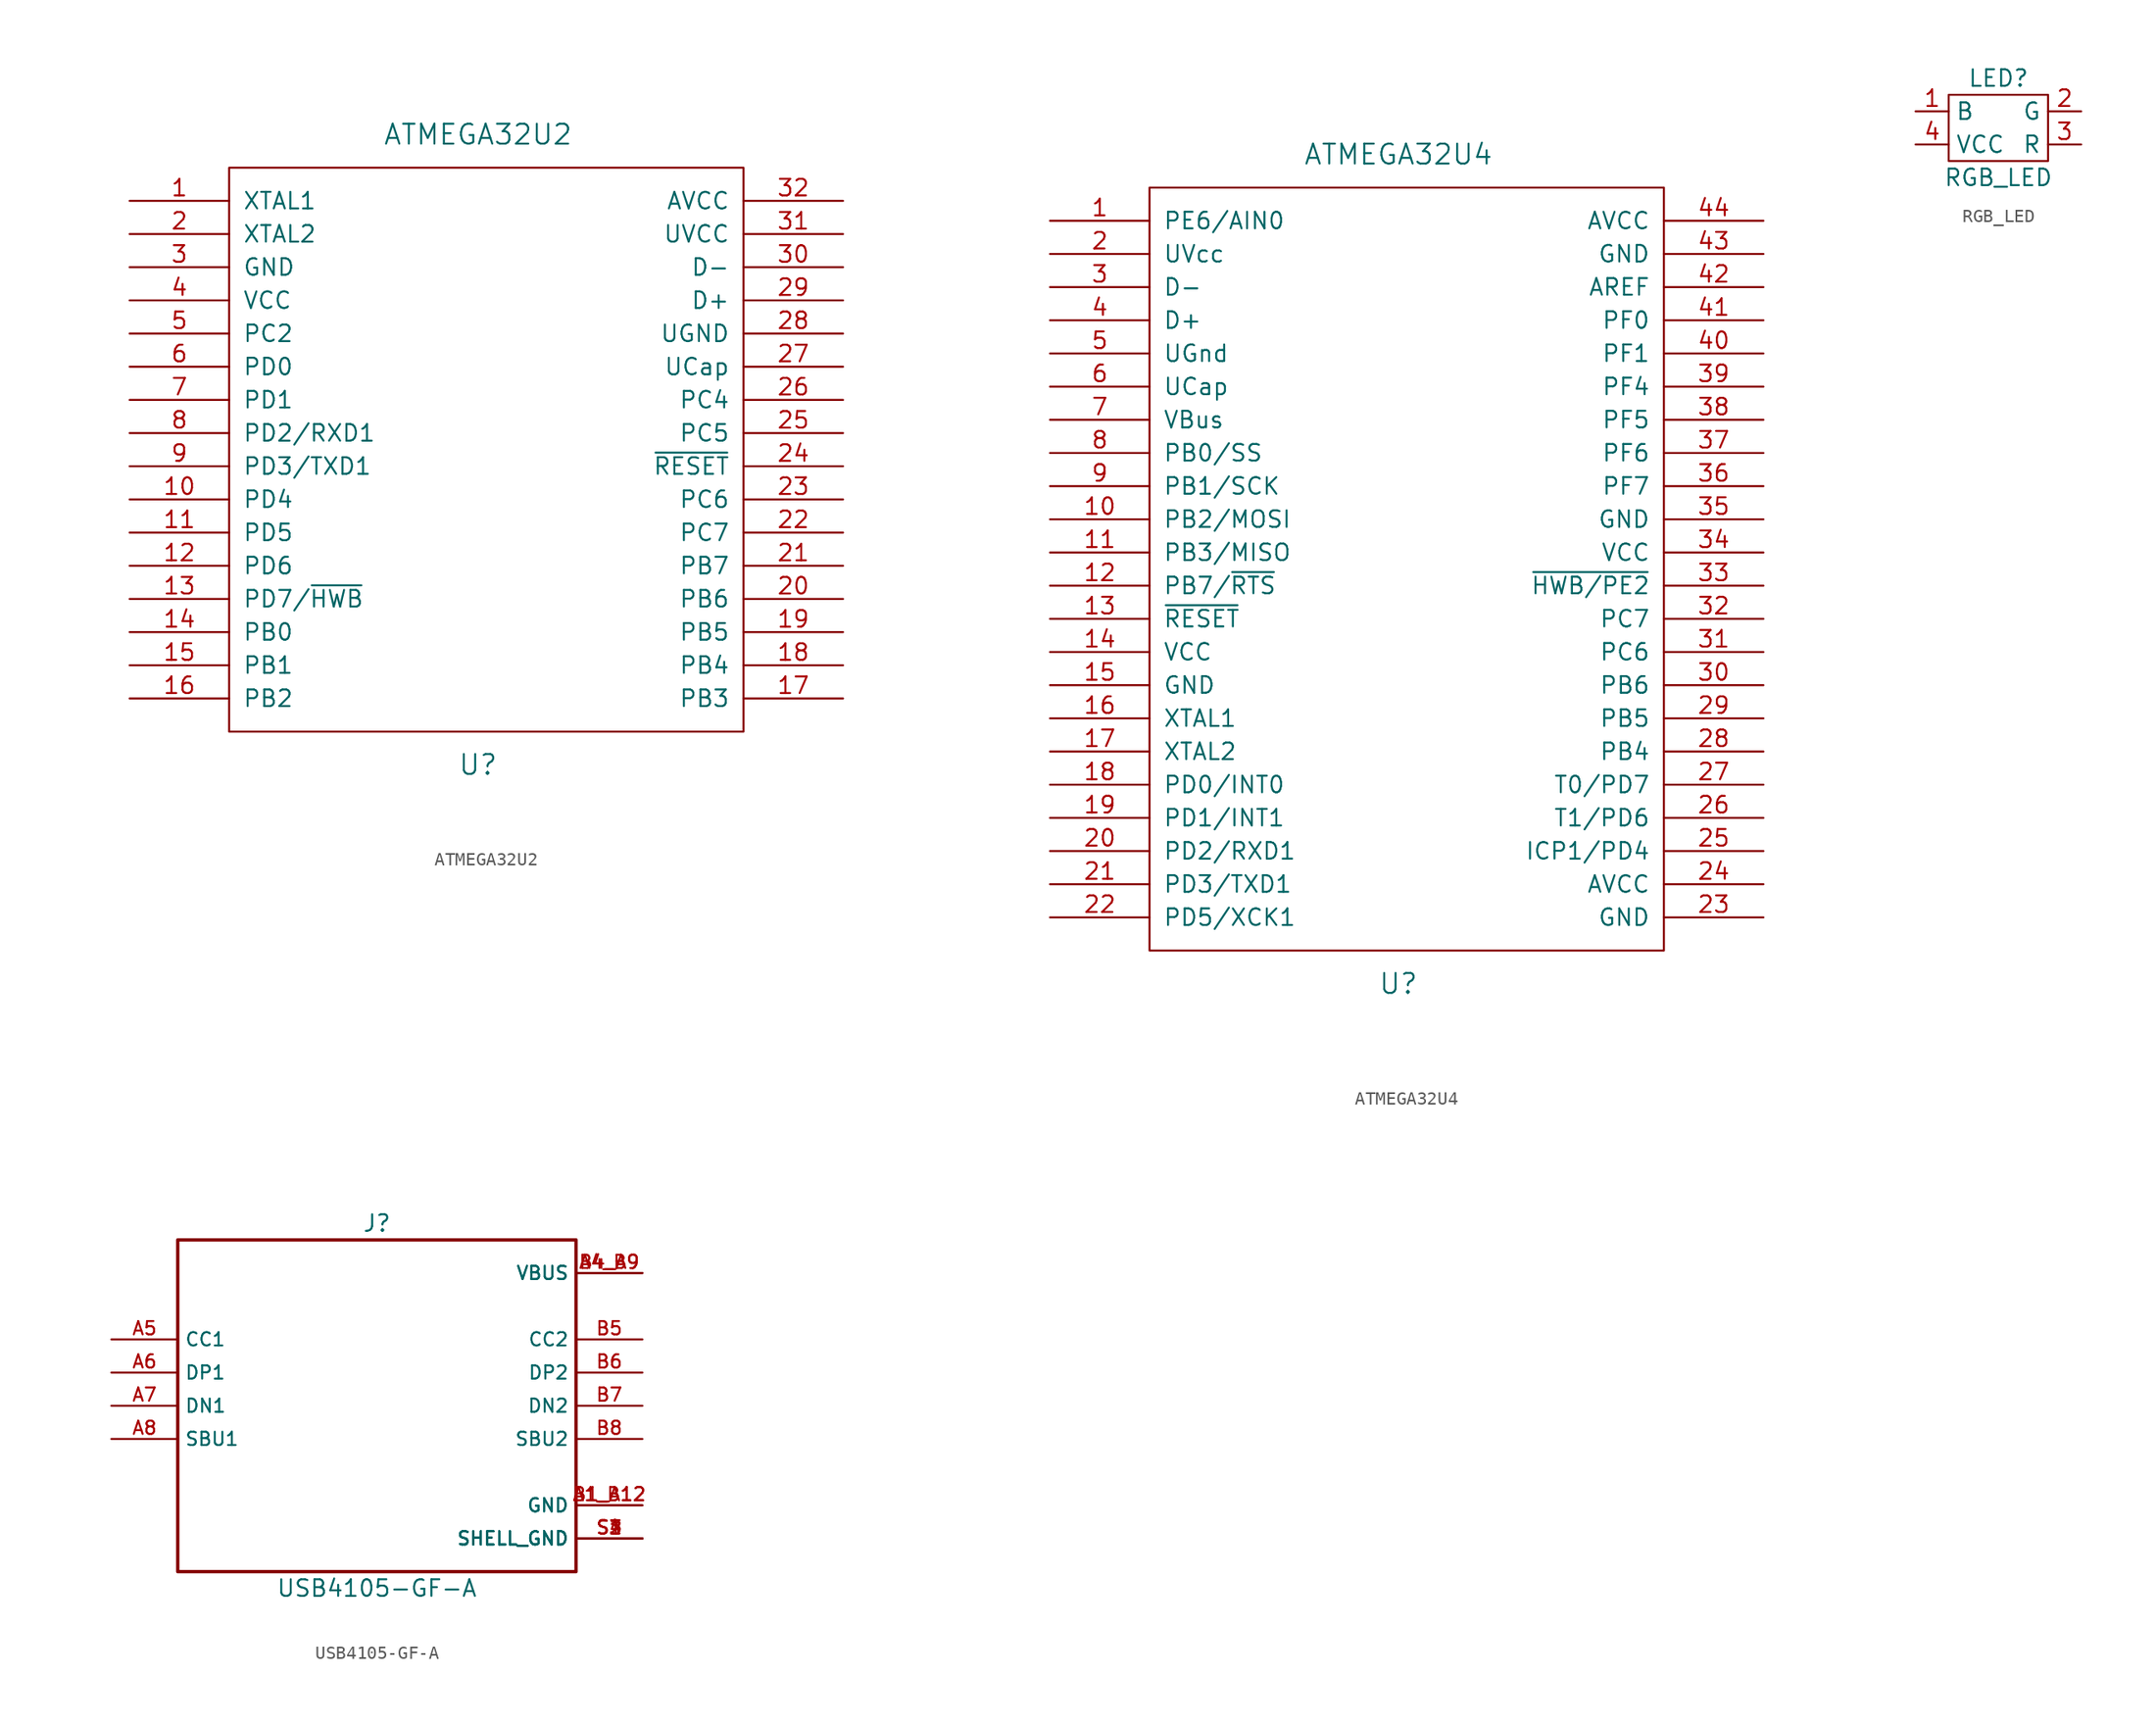
<source format=kicad_sym>
(kicad_symbol_lib
  (version 20211014)
  (generator kicad_symbol_editor)
  (symbol "ATMEGA32U2"
    (pin_names
      (offset 1.016))
    (property "Reference" "U"
      (at 0 -24.13 0)
      (effects (font (size 1.524 1.524))))
    (property "Value" "ATMEGA32U2"
      (at 0 24.13 0)
      (effects (font (size 1.524 1.524))))
    (property "Footprint" ""
      (at 0 -7.62 0)
      (effects (font (size 1.524 1.524))))
    (property "Datasheet" ""
      (at 0 -7.62 0)
      (effects (font (size 1.524 1.524))))
    (symbol "ATMEGA32U2_0_1"
      (rectangle (start -19.05 21.59) (end 20.32 -21.59) (stroke (width 0) (type default) (color 0 0 0 0)) (fill (type none))))
    (symbol "ATMEGA32U2_1_1"
      (pin input line (at -26.67 19.05 0) (length 7.62) (name "XTAL1" (effects (font (size 1.27 1.27)))) (number "1" (effects (font (size 1.27 1.27)))))
      (pin bidirectional line (at -26.67 -3.81 0) (length 7.62) (name "PD4" (effects (font (size 1.27 1.27)))) (number "10" (effects (font (size 1.27 1.27)))))
      (pin bidirectional line (at -26.67 -6.35 0) (length 7.62) (name "PD5" (effects (font (size 1.27 1.27)))) (number "11" (effects (font (size 1.27 1.27)))))
      (pin bidirectional line (at -26.67 -8.89 0) (length 7.62) (name "PD6" (effects (font (size 1.27 1.27)))) (number "12" (effects (font (size 1.27 1.27)))))
      (pin input line (at -26.67 -11.43 0) (length 7.62) (name "PD7/~{HWB}" (effects (font (size 1.27 1.27)))) (number "13" (effects (font (size 1.27 1.27)))))
      (pin bidirectional line (at -26.67 -13.97 0) (length 7.62) (name "PB0" (effects (font (size 1.27 1.27)))) (number "14" (effects (font (size 1.27 1.27)))))
      (pin bidirectional line (at -26.67 -16.51 0) (length 7.62) (name "PB1" (effects (font (size 1.27 1.27)))) (number "15" (effects (font (size 1.27 1.27)))))
      (pin bidirectional line (at -26.67 -19.05 0) (length 7.62) (name "PB2" (effects (font (size 1.27 1.27)))) (number "16" (effects (font (size 1.27 1.27)))))
      (pin bidirectional line (at 27.94 -19.05 180) (length 7.62) (name "PB3" (effects (font (size 1.27 1.27)))) (number "17" (effects (font (size 1.27 1.27)))))
      (pin bidirectional line (at 27.94 -16.51 180) (length 7.62) (name "PB4" (effects (font (size 1.27 1.27)))) (number "18" (effects (font (size 1.27 1.27)))))
      (pin bidirectional line (at 27.94 -13.97 180) (length 7.62) (name "PB5" (effects (font (size 1.27 1.27)))) (number "19" (effects (font (size 1.27 1.27)))))
      (pin output line (at -26.67 16.51 0) (length 7.62) (name "XTAL2" (effects (font (size 1.27 1.27)))) (number "2" (effects (font (size 1.27 1.27)))))
      (pin bidirectional line (at 27.94 -11.43 180) (length 7.62) (name "PB6" (effects (font (size 1.27 1.27)))) (number "20" (effects (font (size 1.27 1.27)))))
      (pin bidirectional line (at 27.94 -8.89 180) (length 7.62) (name "PB7" (effects (font (size 1.27 1.27)))) (number "21" (effects (font (size 1.27 1.27)))))
      (pin bidirectional line (at 27.94 -6.35 180) (length 7.62) (name "PC7" (effects (font (size 1.27 1.27)))) (number "22" (effects (font (size 1.27 1.27)))))
      (pin bidirectional line (at 27.94 -3.81 180) (length 7.62) (name "PC6" (effects (font (size 1.27 1.27)))) (number "23" (effects (font (size 1.27 1.27)))))
      (pin input line (at 27.94 -1.27 180) (length 7.62) (name "~{RESET}" (effects (font (size 1.27 1.27)))) (number "24" (effects (font (size 1.27 1.27)))))
      (pin bidirectional line (at 27.94 1.27 180) (length 7.62) (name "PC5" (effects (font (size 1.27 1.27)))) (number "25" (effects (font (size 1.27 1.27)))))
      (pin bidirectional line (at 27.94 3.81 180) (length 7.62) (name "PC4" (effects (font (size 1.27 1.27)))) (number "26" (effects (font (size 1.27 1.27)))))
      (pin input line (at 27.94 6.35 180) (length 7.62) (name "UCap" (effects (font (size 1.27 1.27)))) (number "27" (effects (font (size 1.27 1.27)))))
      (pin power_in line (at 27.94 8.89 180) (length 7.62) (name "UGND" (effects (font (size 1.27 1.27)))) (number "28" (effects (font (size 1.27 1.27)))))
      (pin bidirectional line (at 27.94 11.43 180) (length 7.62) (name "D+" (effects (font (size 1.27 1.27)))) (number "29" (effects (font (size 1.27 1.27)))))
      (pin power_in line (at -26.67 13.97 0) (length 7.62) (name "GND" (effects (font (size 1.27 1.27)))) (number "3" (effects (font (size 1.27 1.27)))))
      (pin bidirectional line (at 27.94 13.97 180) (length 7.62) (name "D-" (effects (font (size 1.27 1.27)))) (number "30" (effects (font (size 1.27 1.27)))))
      (pin power_in line (at 27.94 16.51 180) (length 7.62) (name "UVCC" (effects (font (size 1.27 1.27)))) (number "31" (effects (font (size 1.27 1.27)))))
      (pin power_in line (at 27.94 19.05 180) (length 7.62) (name "AVCC" (effects (font (size 1.27 1.27)))) (number "32" (effects (font (size 1.27 1.27)))))
      (pin power_in line (at -26.67 11.43 0) (length 7.62) (name "VCC" (effects (font (size 1.27 1.27)))) (number "4" (effects (font (size 1.27 1.27)))))
      (pin bidirectional line (at -26.67 8.89 0) (length 7.62) (name "PC2" (effects (font (size 1.27 1.27)))) (number "5" (effects (font (size 1.27 1.27)))))
      (pin bidirectional line (at -26.67 6.35 0) (length 7.62) (name "PD0" (effects (font (size 1.27 1.27)))) (number "6" (effects (font (size 1.27 1.27)))))
      (pin bidirectional line (at -26.67 3.81 0) (length 7.62) (name "PD1" (effects (font (size 1.27 1.27)))) (number "7" (effects (font (size 1.27 1.27)))))
      (pin bidirectional line (at -26.67 1.27 0) (length 7.62) (name "PD2/RXD1" (effects (font (size 1.27 1.27)))) (number "8" (effects (font (size 1.27 1.27)))))
      (pin bidirectional line (at -26.67 -1.27 0) (length 7.62) (name "PD3/TXD1" (effects (font (size 1.27 1.27)))) (number "9" (effects (font (size 1.27 1.27)))))))
  (symbol "ATMEGA32U4"
    (pin_names
      (offset 1.016))
    (property "Reference" "U"
      (at 0 -31.75 0)
      (effects (font (size 1.524 1.524))))
    (property "Value" "ATMEGA32U4"
      (at 0 31.75 0)
      (effects (font (size 1.524 1.524))))
    (property "Footprint" ""
      (at 0 0 0)
      (effects (font (size 1.524 1.524))))
    (property "Datasheet" ""
      (at 0 0 0)
      (effects (font (size 1.524 1.524))))
    (symbol "ATMEGA32U4_0_1"
      (rectangle (start 20.32 29.21) (end -19.05 -29.21) (stroke (width 0) (type default) (color 0 0 0 0)) (fill (type none))))
    (symbol "ATMEGA32U4_1_1"
      (pin bidirectional line (at -26.67 26.67 0) (length 7.62) (name "PE6/AIN0" (effects (font (size 1.27 1.27)))) (number "1" (effects (font (size 1.27 1.27)))))
      (pin bidirectional line (at -26.67 3.81 0) (length 7.62) (name "PB2/MOSI" (effects (font (size 1.27 1.27)))) (number "10" (effects (font (size 1.27 1.27)))))
      (pin bidirectional line (at -26.67 1.27 0) (length 7.62) (name "PB3/MISO" (effects (font (size 1.27 1.27)))) (number "11" (effects (font (size 1.27 1.27)))))
      (pin bidirectional line (at -26.67 -1.27 0) (length 7.62) (name "PB7/~{RTS}" (effects (font (size 1.27 1.27)))) (number "12" (effects (font (size 1.27 1.27)))))
      (pin input line (at -26.67 -3.81 0) (length 7.62) (name "~{RESET}" (effects (font (size 1.27 1.27)))) (number "13" (effects (font (size 1.27 1.27)))))
      (pin power_in line (at -26.67 -6.35 0) (length 7.62) (name "VCC" (effects (font (size 1.27 1.27)))) (number "14" (effects (font (size 1.27 1.27)))))
      (pin power_in line (at -26.67 -8.89 0) (length 7.62) (name "GND" (effects (font (size 1.27 1.27)))) (number "15" (effects (font (size 1.27 1.27)))))
      (pin input line (at -26.67 -11.43 0) (length 7.62) (name "XTAL1" (effects (font (size 1.27 1.27)))) (number "16" (effects (font (size 1.27 1.27)))))
      (pin output line (at -26.67 -13.97 0) (length 7.62) (name "XTAL2" (effects (font (size 1.27 1.27)))) (number "17" (effects (font (size 1.27 1.27)))))
      (pin bidirectional line (at -26.67 -16.51 0) (length 7.62) (name "PD0/INT0" (effects (font (size 1.27 1.27)))) (number "18" (effects (font (size 1.27 1.27)))))
      (pin bidirectional line (at -26.67 -19.05 0) (length 7.62) (name "PD1/INT1" (effects (font (size 1.27 1.27)))) (number "19" (effects (font (size 1.27 1.27)))))
      (pin power_in line (at -26.67 24.13 0) (length 7.62) (name "UVcc" (effects (font (size 1.27 1.27)))) (number "2" (effects (font (size 1.27 1.27)))))
      (pin bidirectional line (at -26.67 -21.59 0) (length 7.62) (name "PD2/RXD1" (effects (font (size 1.27 1.27)))) (number "20" (effects (font (size 1.27 1.27)))))
      (pin bidirectional line (at -26.67 -24.13 0) (length 7.62) (name "PD3/TXD1" (effects (font (size 1.27 1.27)))) (number "21" (effects (font (size 1.27 1.27)))))
      (pin bidirectional line (at -26.67 -26.67 0) (length 7.62) (name "PD5/XCK1" (effects (font (size 1.27 1.27)))) (number "22" (effects (font (size 1.27 1.27)))))
      (pin power_in line (at 27.94 -26.67 180) (length 7.62) (name "GND" (effects (font (size 1.27 1.27)))) (number "23" (effects (font (size 1.27 1.27)))))
      (pin power_in line (at 27.94 -24.13 180) (length 7.62) (name "AVCC" (effects (font (size 1.27 1.27)))) (number "24" (effects (font (size 1.27 1.27)))))
      (pin bidirectional line (at 27.94 -21.59 180) (length 7.62) (name "ICP1/PD4" (effects (font (size 1.27 1.27)))) (number "25" (effects (font (size 1.27 1.27)))))
      (pin bidirectional line (at 27.94 -19.05 180) (length 7.62) (name "T1/PD6" (effects (font (size 1.27 1.27)))) (number "26" (effects (font (size 1.27 1.27)))))
      (pin bidirectional line (at 27.94 -16.51 180) (length 7.62) (name "T0/PD7" (effects (font (size 1.27 1.27)))) (number "27" (effects (font (size 1.27 1.27)))))
      (pin bidirectional line (at 27.94 -13.97 180) (length 7.62) (name "PB4" (effects (font (size 1.27 1.27)))) (number "28" (effects (font (size 1.27 1.27)))))
      (pin bidirectional line (at 27.94 -11.43 180) (length 7.62) (name "PB5" (effects (font (size 1.27 1.27)))) (number "29" (effects (font (size 1.27 1.27)))))
      (pin bidirectional line (at -26.67 21.59 0) (length 7.62) (name "D-" (effects (font (size 1.27 1.27)))) (number "3" (effects (font (size 1.27 1.27)))))
      (pin bidirectional line (at 27.94 -8.89 180) (length 7.62) (name "PB6" (effects (font (size 1.27 1.27)))) (number "30" (effects (font (size 1.27 1.27)))))
      (pin bidirectional line (at 27.94 -6.35 180) (length 7.62) (name "PC6" (effects (font (size 1.27 1.27)))) (number "31" (effects (font (size 1.27 1.27)))))
      (pin bidirectional line (at 27.94 -3.81 180) (length 7.62) (name "PC7" (effects (font (size 1.27 1.27)))) (number "32" (effects (font (size 1.27 1.27)))))
      (pin bidirectional line (at 27.94 -1.27 180) (length 7.62) (name "~{HWB/PE2}" (effects (font (size 1.27 1.27)))) (number "33" (effects (font (size 1.27 1.27)))))
      (pin power_in line (at 27.94 1.27 180) (length 7.62) (name "VCC" (effects (font (size 1.27 1.27)))) (number "34" (effects (font (size 1.27 1.27)))))
      (pin power_in line (at 27.94 3.81 180) (length 7.62) (name "GND" (effects (font (size 1.27 1.27)))) (number "35" (effects (font (size 1.27 1.27)))))
      (pin bidirectional line (at 27.94 6.35 180) (length 7.62) (name "PF7" (effects (font (size 1.27 1.27)))) (number "36" (effects (font (size 1.27 1.27)))))
      (pin bidirectional line (at 27.94 8.89 180) (length 7.62) (name "PF6" (effects (font (size 1.27 1.27)))) (number "37" (effects (font (size 1.27 1.27)))))
      (pin bidirectional line (at 27.94 11.43 180) (length 7.62) (name "PF5" (effects (font (size 1.27 1.27)))) (number "38" (effects (font (size 1.27 1.27)))))
      (pin bidirectional line (at 27.94 13.97 180) (length 7.62) (name "PF4" (effects (font (size 1.27 1.27)))) (number "39" (effects (font (size 1.27 1.27)))))
      (pin bidirectional line (at -26.67 19.05 0) (length 7.62) (name "D+" (effects (font (size 1.27 1.27)))) (number "4" (effects (font (size 1.27 1.27)))))
      (pin bidirectional line (at 27.94 16.51 180) (length 7.62) (name "PF1" (effects (font (size 1.27 1.27)))) (number "40" (effects (font (size 1.27 1.27)))))
      (pin bidirectional line (at 27.94 19.05 180) (length 7.62) (name "PF0" (effects (font (size 1.27 1.27)))) (number "41" (effects (font (size 1.27 1.27)))))
      (pin input line (at 27.94 21.59 180) (length 7.62) (name "AREF" (effects (font (size 1.27 1.27)))) (number "42" (effects (font (size 1.27 1.27)))))
      (pin power_in line (at 27.94 24.13 180) (length 7.62) (name "GND" (effects (font (size 1.27 1.27)))) (number "43" (effects (font (size 1.27 1.27)))))
      (pin power_in line (at 27.94 26.67 180) (length 7.62) (name "AVCC" (effects (font (size 1.27 1.27)))) (number "44" (effects (font (size 1.27 1.27)))))
      (pin power_in line (at -26.67 16.51 0) (length 7.62) (name "UGnd" (effects (font (size 1.27 1.27)))) (number "5" (effects (font (size 1.27 1.27)))))
      (pin input line (at -26.67 13.97 0) (length 7.62) (name "UCap" (effects (font (size 1.27 1.27)))) (number "6" (effects (font (size 1.27 1.27)))))
      (pin input line (at -26.67 11.43 0) (length 7.62) (name "VBus" (effects (font (size 1.27 1.27)))) (number "7" (effects (font (size 1.27 1.27)))))
      (pin bidirectional line (at -26.67 8.89 0) (length 7.62) (name "PB0/SS" (effects (font (size 1.27 1.27)))) (number "8" (effects (font (size 1.27 1.27)))))
      (pin bidirectional line (at -26.67 6.35 0) (length 7.62) (name "PB1/SCK" (effects (font (size 1.27 1.27)))) (number "9" (effects (font (size 1.27 1.27)))))))
  (symbol "RGB_LED"
    (property "Reference" "LED"
      (at 0 0 0)
      (effects (font (size 1.27 1.27))))
    (property "Value" "RGB_LED"
      (at 0 -7.62 0)
      (effects (font (size 1.27 1.27))))
    (symbol "RGB_LED_0_1"
      (rectangle (start -3.81 -1.27) (end 3.81 -6.35) (stroke (width 0) (type default) (color 0 0 0 0)) (fill (type none))))
    (symbol "RGB_LED_1_1"
      (pin unspecified line (at -6.35 -2.54 0) (length 2.54) (name "B" (effects (font (size 1.27 1.27)))) (number "1" (effects (font (size 1.27 1.27)))))
      (pin unspecified line (at 6.35 -2.54 180) (length 2.54) (name "G" (effects (font (size 1.27 1.27)))) (number "2" (effects (font (size 1.27 1.27)))))
      (pin unspecified line (at 6.35 -5.08 180) (length 2.54) (name "R" (effects (font (size 1.27 1.27)))) (number "3" (effects (font (size 1.27 1.27)))))
      (pin power_in line (at -6.35 -5.08 0) (length 2.54) (name "VCC" (effects (font (size 1.27 1.27)))) (number "4" (effects (font (size 1.27 1.27)))))))
  (symbol "USB4105-GF-A"
    (property "Reference" "J"
      (at 0 13.97 0)
      (effects (font (size 1.27 1.27))))
    (property "Value" "USB4105-GF-A"
      (at 0 -13.97 0)
      (effects (font (size 1.27 1.27))))
    (symbol "USB4105-GF-A_0_0"
      (rectangle (start -15.24 -12.7) (end 15.24 12.7) (stroke (width 0.254) (type default) (color 0 0 0 0)) (fill (type none)))
      (pin power_in line (at 20.32 -7.62 180) (length 5.08) (name "GND" (effects (font (size 1.016 1.016)))) (number "A1_B12" (effects (font (size 1.016 1.016)))))
      (pin power_in line (at 20.32 10.16 180) (length 5.08) (name "VBUS" (effects (font (size 1.016 1.016)))) (number "A4_B9" (effects (font (size 1.016 1.016)))))
      (pin bidirectional line (at -20.32 5.08 0) (length 5.08) (name "CC1" (effects (font (size 1.016 1.016)))) (number "A5" (effects (font (size 1.016 1.016)))))
      (pin bidirectional line (at -20.32 2.54 0) (length 5.08) (name "DP1" (effects (font (size 1.016 1.016)))) (number "A6" (effects (font (size 1.016 1.016)))))
      (pin bidirectional line (at -20.32 0 0) (length 5.08) (name "DN1" (effects (font (size 1.016 1.016)))) (number "A7" (effects (font (size 1.016 1.016)))))
      (pin bidirectional line (at -20.32 -2.54 0) (length 5.08) (name "SBU1" (effects (font (size 1.016 1.016)))) (number "A8" (effects (font (size 1.016 1.016)))))
      (pin power_in line (at 20.32 -7.62 180) (length 5.08) (name "GND" (effects (font (size 1.016 1.016)))) (number "B1_A12" (effects (font (size 1.016 1.016)))))
      (pin power_in line (at 20.32 10.16 180) (length 5.08) (name "VBUS" (effects (font (size 1.016 1.016)))) (number "B4_A9" (effects (font (size 1.016 1.016)))))
      (pin bidirectional line (at 20.32 5.08 180) (length 5.08) (name "CC2" (effects (font (size 1.016 1.016)))) (number "B5" (effects (font (size 1.016 1.016)))))
      (pin bidirectional line (at 20.32 2.54 180) (length 5.08) (name "DP2" (effects (font (size 1.016 1.016)))) (number "B6" (effects (font (size 1.016 1.016)))))
      (pin bidirectional line (at 20.32 0 180) (length 5.08) (name "DN2" (effects (font (size 1.016 1.016)))) (number "B7" (effects (font (size 1.016 1.016)))))
      (pin bidirectional line (at 20.32 -2.54 180) (length 5.08) (name "SBU2" (effects (font (size 1.016 1.016)))) (number "B8" (effects (font (size 1.016 1.016)))))
      (pin power_in line (at 20.32 -10.16 180) (length 5.08) (name "SHELL_GND" (effects (font (size 1.016 1.016)))) (number "S1" (effects (font (size 1.016 1.016)))))
      (pin power_in line (at 20.32 -10.16 180) (length 5.08) (name "SHELL_GND" (effects (font (size 1.016 1.016)))) (number "S2" (effects (font (size 1.016 1.016)))))
      (pin power_in line (at 20.32 -10.16 180) (length 5.08) (name "SHELL_GND" (effects (font (size 1.016 1.016)))) (number "S3" (effects (font (size 1.016 1.016)))))
      (pin power_in line (at 20.32 -10.16 180) (length 5.08) (name "SHELL_GND" (effects (font (size 1.016 1.016)))) (number "S4" (effects (font (size 1.016 1.016))))))))
</source>
